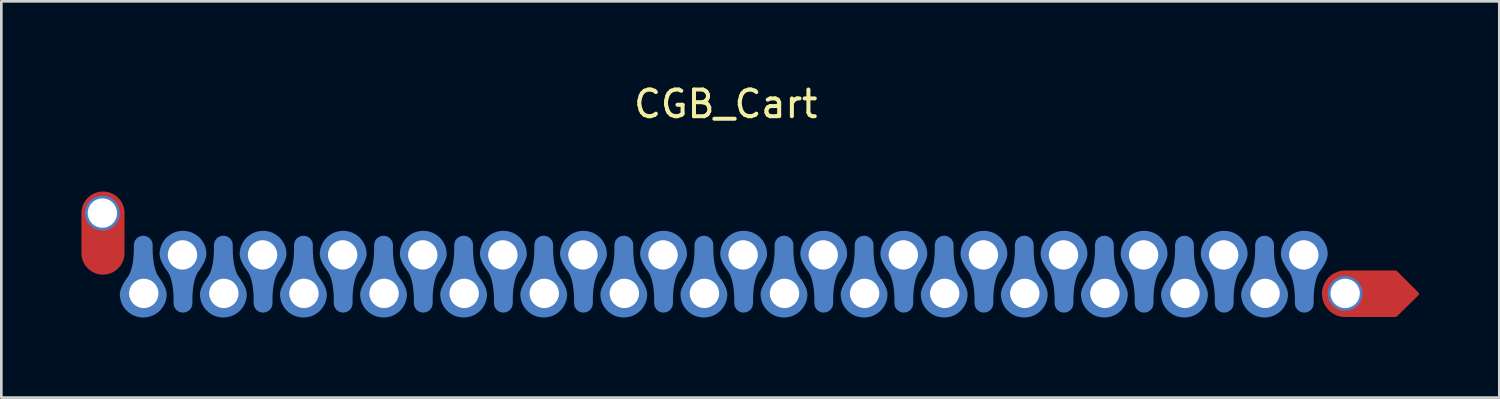
<source format=kicad_pcb>
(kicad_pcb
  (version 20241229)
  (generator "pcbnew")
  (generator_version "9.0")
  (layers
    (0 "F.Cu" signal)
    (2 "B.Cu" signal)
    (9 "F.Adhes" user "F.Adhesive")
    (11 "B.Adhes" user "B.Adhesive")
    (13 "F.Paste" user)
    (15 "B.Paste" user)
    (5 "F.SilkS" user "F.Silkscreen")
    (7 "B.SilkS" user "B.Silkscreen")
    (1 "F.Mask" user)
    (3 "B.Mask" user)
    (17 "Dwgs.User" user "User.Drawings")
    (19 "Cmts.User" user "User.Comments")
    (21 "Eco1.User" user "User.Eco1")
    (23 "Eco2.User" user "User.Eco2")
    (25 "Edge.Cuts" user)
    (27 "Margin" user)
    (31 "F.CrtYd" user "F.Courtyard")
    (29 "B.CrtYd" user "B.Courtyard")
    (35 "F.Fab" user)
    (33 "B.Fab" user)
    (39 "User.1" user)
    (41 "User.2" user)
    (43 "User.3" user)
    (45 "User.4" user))
  (footprint "CGB_Cart"
    (layer "F.Cu")
    (at 24.135 3.848)
    (property "Reference" "CGB_Cart" (at 0 -3 0) (unlocked yes) (layer "F.SilkS") (effects (font (size 1 1) (thickness 0.15))))
    (attr smd)
    (pad "1" thru_hole circle (at 23.2 4.092 180) (size 1.3 1.3) (drill 1.1) (layers "*.Cu" "*.Mask"))
    (pad "1" smd custom (at 23.2 4.092 180) (size 1.3 1.3) (layers "F.Cu" "F.Mask" "F.Paste") (options (anchor circle)) (primitives (gr_poly (pts (xy -1.891 0.8) (arc (start -0.002337 0.799354) (mid 0.809154 -0.012137) (end -0.002337 -0.823628)) (xy -1.891 -0.823) (xy -2.712 -0.02)) (width 0.12) (fill yes))))
    (pad "2" thru_hole circle (at 21.65 2.65) (size 1.3 1.3) (drill 1.1) (layers "*.Cu" "*.Mask"))
    (pad "2" smd custom (at 21.65 2.65) (size 1.3 1.3) (layers "B.Cu") (options (anchor circle)) (primitives (gr_poly (pts (xy 0.021 2.101) (xy 0.017 2.101) (xy -0.013 2.1) (xy -0.11 2.073) (xy -0.2 2.006) (xy -0.258 1.911) (xy -0.274 1.811) (xy -0.273 1.648) (xy -0.277 1.498) (xy -0.286 1.362) (xy -0.3 1.239) (xy -0.316 1.128) (xy -0.335 1.029) (xy -0.367 0.902) (xy -0.4 0.8) (xy -0.442 0.699) (xy -0.499 0.601) (xy -0.506 0.592) (xy -0.568 0.506) (xy -0.635 0.404) (xy -0.691 0.307) (xy -0.741 0.203) (xy -0.779 0.098) (xy -0.799 -0.027) (xy -0.795 -0.11) (xy -0.773 -0.231) (xy -0.735 -0.345) (xy -0.681 -0.45) (xy -0.613 -0.546) (xy -0.532 -0.631) (xy -0.439 -0.703) (xy -0.337 -0.762) (xy -0.226 -0.806) (xy -0.108 -0.833) (xy 0.017 -0.843) (xy 0.021 -0.843) (xy 0.105 -0.838) (xy 0.225 -0.817) (xy 0.339 -0.779) (xy 0.444 -0.725) (xy 0.54 -0.656) (xy 0.625 -0.575) (xy 0.698 -0.483) (xy 0.757 -0.381) (xy 0.8 -0.27) (xy 0.828 -0.151) (xy 0.837 -0.027) (xy 0.836 -0.003) (xy 0.817 0.098) (xy 0.779 0.203) (xy 0.729 0.307) (xy 0.673 0.404) (xy 0.606 0.506) (xy 0.537 0.601) (xy 0.531 0.609) (xy 0.48 0.699) (xy 0.438 0.8) (xy 0.405 0.902) (xy 0.373 1.029) (xy 0.354 1.128) (xy 0.338 1.239) (xy 0.324 1.362) (xy 0.315 1.498) (xy 0.311 1.648) (xy 0.312 1.811) (xy 0.312 1.826) (xy 0.285 1.937) (xy 0.218 2.026) (xy 0.122 2.084)) (width 0.12) (fill yes))))
    (pad "3" thru_hole circle (at 20.2 4.092 180) (size 1.3 1.3) (drill 1.1) (layers "*.Cu" "*.Mask"))
    (pad "3" smd custom (at 20.2 4.092 180) (size 1.3 1.3) (layers "B.Cu") (options (anchor circle)) (primitives (gr_poly (pts (xy 0.021 2.101) (xy 0.017 2.101) (xy -0.013 2.1) (xy -0.11 2.073) (xy -0.2 2.006) (xy -0.258 1.911) (xy -0.274 1.811) (xy -0.273 1.648) (xy -0.277 1.498) (xy -0.286 1.362) (xy -0.3 1.239) (xy -0.316 1.128) (xy -0.335 1.029) (xy -0.367 0.902) (xy -0.4 0.8) (xy -0.442 0.699) (xy -0.499 0.601) (xy -0.506 0.592) (xy -0.568 0.506) (xy -0.635 0.404) (xy -0.691 0.307) (xy -0.741 0.203) (xy -0.779 0.098) (xy -0.799 -0.027) (xy -0.795 -0.11) (xy -0.773 -0.231) (xy -0.735 -0.345) (xy -0.681 -0.45) (xy -0.613 -0.546) (xy -0.532 -0.631) (xy -0.439 -0.703) (xy -0.337 -0.762) (xy -0.226 -0.806) (xy -0.108 -0.833) (xy 0.017 -0.843) (xy 0.021 -0.843) (xy 0.105 -0.838) (xy 0.225 -0.817) (xy 0.339 -0.779) (xy 0.444 -0.725) (xy 0.54 -0.656) (xy 0.625 -0.575) (xy 0.698 -0.483) (xy 0.757 -0.381) (xy 0.8 -0.27) (xy 0.828 -0.151) (xy 0.837 -0.027) (xy 0.836 -0.003) (xy 0.817 0.098) (xy 0.779 0.203) (xy 0.729 0.307) (xy 0.673 0.404) (xy 0.606 0.506) (xy 0.537 0.601) (xy 0.531 0.609) (xy 0.48 0.699) (xy 0.438 0.8) (xy 0.405 0.902) (xy 0.373 1.029) (xy 0.354 1.128) (xy 0.338 1.239) (xy 0.324 1.362) (xy 0.315 1.498) (xy 0.311 1.648) (xy 0.312 1.811) (xy 0.312 1.826) (xy 0.285 1.937) (xy 0.218 2.026) (xy 0.122 2.084)) (width 0.12) (fill yes))))
    (pad "4" thru_hole circle (at 18.65 2.65) (size 1.3 1.3) (drill 1.1) (layers "*.Cu" "*.Mask"))
    (pad "4" smd custom (at 18.65 2.65) (size 1.3 1.3) (layers "B.Cu") (options (anchor circle)) (primitives (gr_poly (pts (xy 0.021 2.101) (xy 0.017 2.101) (xy -0.013 2.1) (xy -0.11 2.073) (xy -0.2 2.006) (xy -0.258 1.911) (xy -0.274 1.811) (xy -0.273 1.648) (xy -0.277 1.498) (xy -0.286 1.362) (xy -0.3 1.239) (xy -0.316 1.128) (xy -0.335 1.029) (xy -0.367 0.902) (xy -0.4 0.8) (xy -0.442 0.699) (xy -0.499 0.601) (xy -0.506 0.592) (xy -0.568 0.506) (xy -0.635 0.404) (xy -0.691 0.307) (xy -0.741 0.203) (xy -0.779 0.098) (xy -0.799 -0.027) (xy -0.795 -0.11) (xy -0.773 -0.231) (xy -0.735 -0.345) (xy -0.681 -0.45) (xy -0.613 -0.546) (xy -0.532 -0.631) (xy -0.439 -0.703) (xy -0.337 -0.762) (xy -0.226 -0.806) (xy -0.108 -0.833) (xy 0.017 -0.843) (xy 0.021 -0.843) (xy 0.105 -0.838) (xy 0.225 -0.817) (xy 0.339 -0.779) (xy 0.444 -0.725) (xy 0.54 -0.656) (xy 0.625 -0.575) (xy 0.698 -0.483) (xy 0.757 -0.381) (xy 0.8 -0.27) (xy 0.828 -0.151) (xy 0.837 -0.027) (xy 0.836 -0.003) (xy 0.817 0.098) (xy 0.779 0.203) (xy 0.729 0.307) (xy 0.673 0.404) (xy 0.606 0.506) (xy 0.537 0.601) (xy 0.531 0.609) (xy 0.48 0.699) (xy 0.438 0.8) (xy 0.405 0.902) (xy 0.373 1.029) (xy 0.354 1.128) (xy 0.338 1.239) (xy 0.324 1.362) (xy 0.315 1.498) (xy 0.311 1.648) (xy 0.312 1.811) (xy 0.312 1.826) (xy 0.285 1.937) (xy 0.218 2.026) (xy 0.122 2.084)) (width 0.12) (fill yes))))
    (pad "5" thru_hole circle (at 17.2 4.092 180) (size 1.3 1.3) (drill 1.1) (layers "*.Cu" "*.Mask"))
    (pad "5" smd custom (at 17.2 4.092 180) (size 1.3 1.3) (layers "B.Cu") (options (anchor circle)) (primitives (gr_poly (pts (xy 0.021 2.101) (xy 0.017 2.101) (xy -0.013 2.1) (xy -0.11 2.073) (xy -0.2 2.006) (xy -0.258 1.911) (xy -0.274 1.811) (xy -0.273 1.648) (xy -0.277 1.498) (xy -0.286 1.362) (xy -0.3 1.239) (xy -0.316 1.128) (xy -0.335 1.029) (xy -0.367 0.902) (xy -0.4 0.8) (xy -0.442 0.699) (xy -0.499 0.601) (xy -0.506 0.592) (xy -0.568 0.506) (xy -0.635 0.404) (xy -0.691 0.307) (xy -0.741 0.203) (xy -0.779 0.098) (xy -0.799 -0.027) (xy -0.795 -0.11) (xy -0.773 -0.231) (xy -0.735 -0.345) (xy -0.681 -0.45) (xy -0.613 -0.546) (xy -0.532 -0.631) (xy -0.439 -0.703) (xy -0.337 -0.762) (xy -0.226 -0.806) (xy -0.108 -0.833) (xy 0.017 -0.843) (xy 0.021 -0.843) (xy 0.105 -0.838) (xy 0.225 -0.817) (xy 0.339 -0.779) (xy 0.444 -0.725) (xy 0.54 -0.656) (xy 0.625 -0.575) (xy 0.698 -0.483) (xy 0.757 -0.381) (xy 0.8 -0.27) (xy 0.828 -0.151) (xy 0.837 -0.027) (xy 0.836 -0.003) (xy 0.817 0.098) (xy 0.779 0.203) (xy 0.729 0.307) (xy 0.673 0.404) (xy 0.606 0.506) (xy 0.537 0.601) (xy 0.531 0.609) (xy 0.48 0.699) (xy 0.438 0.8) (xy 0.405 0.902) (xy 0.373 1.029) (xy 0.354 1.128) (xy 0.338 1.239) (xy 0.324 1.362) (xy 0.315 1.498) (xy 0.311 1.648) (xy 0.312 1.811) (xy 0.312 1.826) (xy 0.285 1.937) (xy 0.218 2.026) (xy 0.122 2.084)) (width 0.12) (fill yes))))
    (pad "6" thru_hole circle (at 15.65 2.65) (size 1.3 1.3) (drill 1.1) (layers "*.Cu" "*.Mask"))
    (pad "6" smd custom (at 15.65 2.65) (size 1.3 1.3) (layers "B.Cu") (options (anchor circle)) (primitives (gr_poly (pts (xy 0.021 2.101) (xy 0.017 2.101) (xy -0.013 2.1) (xy -0.11 2.073) (xy -0.2 2.006) (xy -0.258 1.911) (xy -0.274 1.811) (xy -0.273 1.648) (xy -0.277 1.498) (xy -0.286 1.362) (xy -0.3 1.239) (xy -0.316 1.128) (xy -0.335 1.029) (xy -0.367 0.902) (xy -0.4 0.8) (xy -0.442 0.699) (xy -0.499 0.601) (xy -0.506 0.592) (xy -0.568 0.506) (xy -0.635 0.404) (xy -0.691 0.307) (xy -0.741 0.203) (xy -0.779 0.098) (xy -0.799 -0.027) (xy -0.795 -0.11) (xy -0.773 -0.231) (xy -0.735 -0.345) (xy -0.681 -0.45) (xy -0.613 -0.546) (xy -0.532 -0.631) (xy -0.439 -0.703) (xy -0.337 -0.762) (xy -0.226 -0.806) (xy -0.108 -0.833) (xy 0.017 -0.843) (xy 0.021 -0.843) (xy 0.105 -0.838) (xy 0.225 -0.817) (xy 0.339 -0.779) (xy 0.444 -0.725) (xy 0.54 -0.656) (xy 0.625 -0.575) (xy 0.698 -0.483) (xy 0.757 -0.381) (xy 0.8 -0.27) (xy 0.828 -0.151) (xy 0.837 -0.027) (xy 0.836 -0.003) (xy 0.817 0.098) (xy 0.779 0.203) (xy 0.729 0.307) (xy 0.673 0.404) (xy 0.606 0.506) (xy 0.537 0.601) (xy 0.531 0.609) (xy 0.48 0.699) (xy 0.438 0.8) (xy 0.405 0.902) (xy 0.373 1.029) (xy 0.354 1.128) (xy 0.338 1.239) (xy 0.324 1.362) (xy 0.315 1.498) (xy 0.311 1.648) (xy 0.312 1.811) (xy 0.312 1.826) (xy 0.285 1.937) (xy 0.218 2.026) (xy 0.122 2.084)) (width 0.12) (fill yes))))
    (pad "7" thru_hole circle (at 14.2 4.092 180) (size 1.3 1.3) (drill 1.1) (layers "*.Cu" "*.Mask"))
    (pad "7" smd custom (at 14.2 4.092 180) (size 1.3 1.3) (layers "B.Cu") (options (anchor circle)) (primitives (gr_poly (pts (xy 0.021 2.101) (xy 0.017 2.101) (xy -0.013 2.1) (xy -0.11 2.073) (xy -0.2 2.006) (xy -0.258 1.911) (xy -0.274 1.811) (xy -0.273 1.648) (xy -0.277 1.498) (xy -0.286 1.362) (xy -0.3 1.239) (xy -0.316 1.128) (xy -0.335 1.029) (xy -0.367 0.902) (xy -0.4 0.8) (xy -0.442 0.699) (xy -0.499 0.601) (xy -0.506 0.592) (xy -0.568 0.506) (xy -0.635 0.404) (xy -0.691 0.307) (xy -0.741 0.203) (xy -0.779 0.098) (xy -0.799 -0.027) (xy -0.795 -0.11) (xy -0.773 -0.231) (xy -0.735 -0.345) (xy -0.681 -0.45) (xy -0.613 -0.546) (xy -0.532 -0.631) (xy -0.439 -0.703) (xy -0.337 -0.762) (xy -0.226 -0.806) (xy -0.108 -0.833) (xy 0.017 -0.843) (xy 0.021 -0.843) (xy 0.105 -0.838) (xy 0.225 -0.817) (xy 0.339 -0.779) (xy 0.444 -0.725) (xy 0.54 -0.656) (xy 0.625 -0.575) (xy 0.698 -0.483) (xy 0.757 -0.381) (xy 0.8 -0.27) (xy 0.828 -0.151) (xy 0.837 -0.027) (xy 0.836 -0.003) (xy 0.817 0.098) (xy 0.779 0.203) (xy 0.729 0.307) (xy 0.673 0.404) (xy 0.606 0.506) (xy 0.537 0.601) (xy 0.531 0.609) (xy 0.48 0.699) (xy 0.438 0.8) (xy 0.405 0.902) (xy 0.373 1.029) (xy 0.354 1.128) (xy 0.338 1.239) (xy 0.324 1.362) (xy 0.315 1.498) (xy 0.311 1.648) (xy 0.312 1.811) (xy 0.312 1.826) (xy 0.285 1.937) (xy 0.218 2.026) (xy 0.122 2.084)) (width 0.12) (fill yes))))
    (pad "8" thru_hole circle (at 12.65 2.65) (size 1.3 1.3) (drill 1.1) (layers "*.Cu" "*.Mask"))
    (pad "8" smd custom (at 12.65 2.65) (size 1.3 1.3) (layers "B.Cu") (options (anchor circle)) (primitives (gr_poly (pts (xy 0.021 2.101) (xy 0.017 2.101) (xy -0.013 2.1) (xy -0.11 2.073) (xy -0.2 2.006) (xy -0.258 1.911) (xy -0.274 1.811) (xy -0.273 1.648) (xy -0.277 1.498) (xy -0.286 1.362) (xy -0.3 1.239) (xy -0.316 1.128) (xy -0.335 1.029) (xy -0.367 0.902) (xy -0.4 0.8) (xy -0.442 0.699) (xy -0.499 0.601) (xy -0.506 0.592) (xy -0.568 0.506) (xy -0.635 0.404) (xy -0.691 0.307) (xy -0.741 0.203) (xy -0.779 0.098) (xy -0.799 -0.027) (xy -0.795 -0.11) (xy -0.773 -0.231) (xy -0.735 -0.345) (xy -0.681 -0.45) (xy -0.613 -0.546) (xy -0.532 -0.631) (xy -0.439 -0.703) (xy -0.337 -0.762) (xy -0.226 -0.806) (xy -0.108 -0.833) (xy 0.017 -0.843) (xy 0.021 -0.843) (xy 0.105 -0.838) (xy 0.225 -0.817) (xy 0.339 -0.779) (xy 0.444 -0.725) (xy 0.54 -0.656) (xy 0.625 -0.575) (xy 0.698 -0.483) (xy 0.757 -0.381) (xy 0.8 -0.27) (xy 0.828 -0.151) (xy 0.837 -0.027) (xy 0.836 -0.003) (xy 0.817 0.098) (xy 0.779 0.203) (xy 0.729 0.307) (xy 0.673 0.404) (xy 0.606 0.506) (xy 0.537 0.601) (xy 0.531 0.609) (xy 0.48 0.699) (xy 0.438 0.8) (xy 0.405 0.902) (xy 0.373 1.029) (xy 0.354 1.128) (xy 0.338 1.239) (xy 0.324 1.362) (xy 0.315 1.498) (xy 0.311 1.648) (xy 0.312 1.811) (xy 0.312 1.826) (xy 0.285 1.937) (xy 0.218 2.026) (xy 0.122 2.084)) (width 0.12) (fill yes))))
    (pad "9" thru_hole circle (at 11.2 4.092 180) (size 1.3 1.3) (drill 1.1) (layers "*.Cu" "*.Mask"))
    (pad "9" smd custom (at 11.2 4.092 180) (size 1.3 1.3) (layers "B.Cu") (options (anchor circle)) (primitives (gr_poly (pts (xy 0.021 2.101) (xy 0.017 2.101) (xy -0.013 2.1) (xy -0.11 2.073) (xy -0.2 2.006) (xy -0.258 1.911) (xy -0.274 1.811) (xy -0.273 1.648) (xy -0.277 1.498) (xy -0.286 1.362) (xy -0.3 1.239) (xy -0.316 1.128) (xy -0.335 1.029) (xy -0.367 0.902) (xy -0.4 0.8) (xy -0.442 0.699) (xy -0.499 0.601) (xy -0.506 0.592) (xy -0.568 0.506) (xy -0.635 0.404) (xy -0.691 0.307) (xy -0.741 0.203) (xy -0.779 0.098) (xy -0.799 -0.027) (xy -0.795 -0.11) (xy -0.773 -0.231) (xy -0.735 -0.345) (xy -0.681 -0.45) (xy -0.613 -0.546) (xy -0.532 -0.631) (xy -0.439 -0.703) (xy -0.337 -0.762) (xy -0.226 -0.806) (xy -0.108 -0.833) (xy 0.017 -0.843) (xy 0.021 -0.843) (xy 0.105 -0.838) (xy 0.225 -0.817) (xy 0.339 -0.779) (xy 0.444 -0.725) (xy 0.54 -0.656) (xy 0.625 -0.575) (xy 0.698 -0.483) (xy 0.757 -0.381) (xy 0.8 -0.27) (xy 0.828 -0.151) (xy 0.837 -0.027) (xy 0.836 -0.003) (xy 0.817 0.098) (xy 0.779 0.203) (xy 0.729 0.307) (xy 0.673 0.404) (xy 0.606 0.506) (xy 0.537 0.601) (xy 0.531 0.609) (xy 0.48 0.699) (xy 0.438 0.8) (xy 0.405 0.902) (xy 0.373 1.029) (xy 0.354 1.128) (xy 0.338 1.239) (xy 0.324 1.362) (xy 0.315 1.498) (xy 0.311 1.648) (xy 0.312 1.811) (xy 0.312 1.826) (xy 0.285 1.937) (xy 0.218 2.026) (xy 0.122 2.084)) (width 0.12) (fill yes))))
    (pad "10" thru_hole circle (at 9.65 2.65) (size 1.3 1.3) (drill 1.1) (layers "*.Cu" "*.Mask"))
    (pad "10" smd custom (at 9.65 2.65) (size 1.3 1.3) (layers "B.Cu") (options (anchor circle)) (primitives (gr_poly (pts (xy 0.021 2.101) (xy 0.017 2.101) (xy -0.013 2.1) (xy -0.11 2.073) (xy -0.2 2.006) (xy -0.258 1.911) (xy -0.274 1.811) (xy -0.273 1.648) (xy -0.277 1.498) (xy -0.286 1.362) (xy -0.3 1.239) (xy -0.316 1.128) (xy -0.335 1.029) (xy -0.367 0.902) (xy -0.4 0.8) (xy -0.442 0.699) (xy -0.499 0.601) (xy -0.506 0.592) (xy -0.568 0.506) (xy -0.635 0.404) (xy -0.691 0.307) (xy -0.741 0.203) (xy -0.779 0.098) (xy -0.799 -0.027) (xy -0.795 -0.11) (xy -0.773 -0.231) (xy -0.735 -0.345) (xy -0.681 -0.45) (xy -0.613 -0.546) (xy -0.532 -0.631) (xy -0.439 -0.703) (xy -0.337 -0.762) (xy -0.226 -0.806) (xy -0.108 -0.833) (xy 0.017 -0.843) (xy 0.021 -0.843) (xy 0.105 -0.838) (xy 0.225 -0.817) (xy 0.339 -0.779) (xy 0.444 -0.725) (xy 0.54 -0.656) (xy 0.625 -0.575) (xy 0.698 -0.483) (xy 0.757 -0.381) (xy 0.8 -0.27) (xy 0.828 -0.151) (xy 0.837 -0.027) (xy 0.836 -0.003) (xy 0.817 0.098) (xy 0.779 0.203) (xy 0.729 0.307) (xy 0.673 0.404) (xy 0.606 0.506) (xy 0.537 0.601) (xy 0.531 0.609) (xy 0.48 0.699) (xy 0.438 0.8) (xy 0.405 0.902) (xy 0.373 1.029) (xy 0.354 1.128) (xy 0.338 1.239) (xy 0.324 1.362) (xy 0.315 1.498) (xy 0.311 1.648) (xy 0.312 1.811) (xy 0.312 1.826) (xy 0.285 1.937) (xy 0.218 2.026) (xy 0.122 2.084)) (width 0.12) (fill yes))))
    (pad "11" thru_hole circle (at 8.2 4.092 180) (size 1.3 1.3) (drill 1.1) (layers "*.Cu" "*.Mask"))
    (pad "11" smd custom (at 8.2 4.092 180) (size 1.3 1.3) (layers "B.Cu") (options (anchor circle)) (primitives (gr_poly (pts (xy 0.021 2.101) (xy 0.017 2.101) (xy -0.013 2.1) (xy -0.11 2.073) (xy -0.2 2.006) (xy -0.258 1.911) (xy -0.274 1.811) (xy -0.273 1.648) (xy -0.277 1.498) (xy -0.286 1.362) (xy -0.3 1.239) (xy -0.316 1.128) (xy -0.335 1.029) (xy -0.367 0.902) (xy -0.4 0.8) (xy -0.442 0.699) (xy -0.499 0.601) (xy -0.506 0.592) (xy -0.568 0.506) (xy -0.635 0.404) (xy -0.691 0.307) (xy -0.741 0.203) (xy -0.779 0.098) (xy -0.799 -0.027) (xy -0.795 -0.11) (xy -0.773 -0.231) (xy -0.735 -0.345) (xy -0.681 -0.45) (xy -0.613 -0.546) (xy -0.532 -0.631) (xy -0.439 -0.703) (xy -0.337 -0.762) (xy -0.226 -0.806) (xy -0.108 -0.833) (xy 0.017 -0.843) (xy 0.021 -0.843) (xy 0.105 -0.838) (xy 0.225 -0.817) (xy 0.339 -0.779) (xy 0.444 -0.725) (xy 0.54 -0.656) (xy 0.625 -0.575) (xy 0.698 -0.483) (xy 0.757 -0.381) (xy 0.8 -0.27) (xy 0.828 -0.151) (xy 0.837 -0.027) (xy 0.836 -0.003) (xy 0.817 0.098) (xy 0.779 0.203) (xy 0.729 0.307) (xy 0.673 0.404) (xy 0.606 0.506) (xy 0.537 0.601) (xy 0.531 0.609) (xy 0.48 0.699) (xy 0.438 0.8) (xy 0.405 0.902) (xy 0.373 1.029) (xy 0.354 1.128) (xy 0.338 1.239) (xy 0.324 1.362) (xy 0.315 1.498) (xy 0.311 1.648) (xy 0.312 1.811) (xy 0.312 1.826) (xy 0.285 1.937) (xy 0.218 2.026) (xy 0.122 2.084)) (width 0.12) (fill yes))))
    (pad "12" thru_hole circle (at 6.65 2.65) (size 1.3 1.3) (drill 1.1) (layers "*.Cu" "*.Mask"))
    (pad "12" smd custom (at 6.65 2.65) (size 1.3 1.3) (layers "B.Cu") (options (anchor circle)) (primitives (gr_poly (pts (xy 0.021 2.101) (xy 0.017 2.101) (xy -0.013 2.1) (xy -0.11 2.073) (xy -0.2 2.006) (xy -0.258 1.911) (xy -0.274 1.811) (xy -0.273 1.648) (xy -0.277 1.498) (xy -0.286 1.362) (xy -0.3 1.239) (xy -0.316 1.128) (xy -0.335 1.029) (xy -0.367 0.902) (xy -0.4 0.8) (xy -0.442 0.699) (xy -0.499 0.601) (xy -0.506 0.592) (xy -0.568 0.506) (xy -0.635 0.404) (xy -0.691 0.307) (xy -0.741 0.203) (xy -0.779 0.098) (xy -0.799 -0.027) (xy -0.795 -0.11) (xy -0.773 -0.231) (xy -0.735 -0.345) (xy -0.681 -0.45) (xy -0.613 -0.546) (xy -0.532 -0.631) (xy -0.439 -0.703) (xy -0.337 -0.762) (xy -0.226 -0.806) (xy -0.108 -0.833) (xy 0.017 -0.843) (xy 0.021 -0.843) (xy 0.105 -0.838) (xy 0.225 -0.817) (xy 0.339 -0.779) (xy 0.444 -0.725) (xy 0.54 -0.656) (xy 0.625 -0.575) (xy 0.698 -0.483) (xy 0.757 -0.381) (xy 0.8 -0.27) (xy 0.828 -0.151) (xy 0.837 -0.027) (xy 0.836 -0.003) (xy 0.817 0.098) (xy 0.779 0.203) (xy 0.729 0.307) (xy 0.673 0.404) (xy 0.606 0.506) (xy 0.537 0.601) (xy 0.531 0.609) (xy 0.48 0.699) (xy 0.438 0.8) (xy 0.405 0.902) (xy 0.373 1.029) (xy 0.354 1.128) (xy 0.338 1.239) (xy 0.324 1.362) (xy 0.315 1.498) (xy 0.311 1.648) (xy 0.312 1.811) (xy 0.312 1.826) (xy 0.285 1.937) (xy 0.218 2.026) (xy 0.122 2.084)) (width 0.12) (fill yes))))
    (pad "13" thru_hole circle (at 5.2 4.092 180) (size 1.3 1.3) (drill 1.1) (layers "*.Cu" "*.Mask"))
    (pad "13" smd custom (at 5.2 4.092 180) (size 1.3 1.3) (layers "B.Cu") (options (anchor circle)) (primitives (gr_poly (pts (xy 0.021 2.101) (xy 0.017 2.101) (xy -0.013 2.1) (xy -0.11 2.073) (xy -0.2 2.006) (xy -0.258 1.911) (xy -0.274 1.811) (xy -0.273 1.648) (xy -0.277 1.498) (xy -0.286 1.362) (xy -0.3 1.239) (xy -0.316 1.128) (xy -0.335 1.029) (xy -0.367 0.902) (xy -0.4 0.8) (xy -0.442 0.699) (xy -0.499 0.601) (xy -0.506 0.592) (xy -0.568 0.506) (xy -0.635 0.404) (xy -0.691 0.307) (xy -0.741 0.203) (xy -0.779 0.098) (xy -0.799 -0.027) (xy -0.795 -0.11) (xy -0.773 -0.231) (xy -0.735 -0.345) (xy -0.681 -0.45) (xy -0.613 -0.546) (xy -0.532 -0.631) (xy -0.439 -0.703) (xy -0.337 -0.762) (xy -0.226 -0.806) (xy -0.108 -0.833) (xy 0.017 -0.843) (xy 0.021 -0.843) (xy 0.105 -0.838) (xy 0.225 -0.817) (xy 0.339 -0.779) (xy 0.444 -0.725) (xy 0.54 -0.656) (xy 0.625 -0.575) (xy 0.698 -0.483) (xy 0.757 -0.381) (xy 0.8 -0.27) (xy 0.828 -0.151) (xy 0.837 -0.027) (xy 0.836 -0.003) (xy 0.817 0.098) (xy 0.779 0.203) (xy 0.729 0.307) (xy 0.673 0.404) (xy 0.606 0.506) (xy 0.537 0.601) (xy 0.531 0.609) (xy 0.48 0.699) (xy 0.438 0.8) (xy 0.405 0.902) (xy 0.373 1.029) (xy 0.354 1.128) (xy 0.338 1.239) (xy 0.324 1.362) (xy 0.315 1.498) (xy 0.311 1.648) (xy 0.312 1.811) (xy 0.312 1.826) (xy 0.285 1.937) (xy 0.218 2.026) (xy 0.122 2.084)) (width 0.12) (fill yes))))
    (pad "14" thru_hole circle (at 3.65 2.65) (size 1.3 1.3) (drill 1.1) (layers "*.Cu" "*.Mask"))
    (pad "14" smd custom (at 3.65 2.65) (size 1.3 1.3) (layers "B.Cu") (options (anchor circle)) (primitives (gr_poly (pts (xy 0.021 2.101) (xy 0.017 2.101) (xy -0.013 2.1) (xy -0.11 2.073) (xy -0.2 2.006) (xy -0.258 1.911) (xy -0.274 1.811) (xy -0.273 1.648) (xy -0.277 1.498) (xy -0.286 1.362) (xy -0.3 1.239) (xy -0.316 1.128) (xy -0.335 1.029) (xy -0.367 0.902) (xy -0.4 0.8) (xy -0.442 0.699) (xy -0.499 0.601) (xy -0.506 0.592) (xy -0.568 0.506) (xy -0.635 0.404) (xy -0.691 0.307) (xy -0.741 0.203) (xy -0.779 0.098) (xy -0.799 -0.027) (xy -0.795 -0.11) (xy -0.773 -0.231) (xy -0.735 -0.345) (xy -0.681 -0.45) (xy -0.613 -0.546) (xy -0.532 -0.631) (xy -0.439 -0.703) (xy -0.337 -0.762) (xy -0.226 -0.806) (xy -0.108 -0.833) (xy 0.017 -0.843) (xy 0.021 -0.843) (xy 0.105 -0.838) (xy 0.225 -0.817) (xy 0.339 -0.779) (xy 0.444 -0.725) (xy 0.54 -0.656) (xy 0.625 -0.575) (xy 0.698 -0.483) (xy 0.757 -0.381) (xy 0.8 -0.27) (xy 0.828 -0.151) (xy 0.837 -0.027) (xy 0.836 -0.003) (xy 0.817 0.098) (xy 0.779 0.203) (xy 0.729 0.307) (xy 0.673 0.404) (xy 0.606 0.506) (xy 0.537 0.601) (xy 0.531 0.609) (xy 0.48 0.699) (xy 0.438 0.8) (xy 0.405 0.902) (xy 0.373 1.029) (xy 0.354 1.128) (xy 0.338 1.239) (xy 0.324 1.362) (xy 0.315 1.498) (xy 0.311 1.648) (xy 0.312 1.811) (xy 0.312 1.826) (xy 0.285 1.937) (xy 0.218 2.026) (xy 0.122 2.084)) (width 0.12) (fill yes))))
    (pad "15" thru_hole circle (at 2.2 4.092 180) (size 1.3 1.3) (drill 1.1) (layers "*.Cu" "*.Mask"))
    (pad "15" smd custom (at 2.2 4.092 180) (size 1.3 1.3) (layers "B.Cu") (options (anchor circle)) (primitives (gr_poly (pts (xy 0.021 2.101) (xy 0.017 2.101) (xy -0.013 2.1) (xy -0.11 2.073) (xy -0.2 2.006) (xy -0.258 1.911) (xy -0.274 1.811) (xy -0.273 1.648) (xy -0.277 1.498) (xy -0.286 1.362) (xy -0.3 1.239) (xy -0.316 1.128) (xy -0.335 1.029) (xy -0.367 0.902) (xy -0.4 0.8) (xy -0.442 0.699) (xy -0.499 0.601) (xy -0.506 0.592) (xy -0.568 0.506) (xy -0.635 0.404) (xy -0.691 0.307) (xy -0.741 0.203) (xy -0.779 0.098) (xy -0.799 -0.027) (xy -0.795 -0.11) (xy -0.773 -0.231) (xy -0.735 -0.345) (xy -0.681 -0.45) (xy -0.613 -0.546) (xy -0.532 -0.631) (xy -0.439 -0.703) (xy -0.337 -0.762) (xy -0.226 -0.806) (xy -0.108 -0.833) (xy 0.017 -0.843) (xy 0.021 -0.843) (xy 0.105 -0.838) (xy 0.225 -0.817) (xy 0.339 -0.779) (xy 0.444 -0.725) (xy 0.54 -0.656) (xy 0.625 -0.575) (xy 0.698 -0.483) (xy 0.757 -0.381) (xy 0.8 -0.27) (xy 0.828 -0.151) (xy 0.837 -0.027) (xy 0.836 -0.003) (xy 0.817 0.098) (xy 0.779 0.203) (xy 0.729 0.307) (xy 0.673 0.404) (xy 0.606 0.506) (xy 0.537 0.601) (xy 0.531 0.609) (xy 0.48 0.699) (xy 0.438 0.8) (xy 0.405 0.902) (xy 0.373 1.029) (xy 0.354 1.128) (xy 0.338 1.239) (xy 0.324 1.362) (xy 0.315 1.498) (xy 0.311 1.648) (xy 0.312 1.811) (xy 0.312 1.826) (xy 0.285 1.937) (xy 0.218 2.026) (xy 0.122 2.084)) (width 0.12) (fill yes))))
    (pad "16" thru_hole circle (at 0.65 2.65) (size 1.3 1.3) (drill 1.1) (layers "*.Cu" "*.Mask"))
    (pad "16" smd custom (at 0.65 2.65) (size 1.3 1.3) (layers "B.Cu") (options (anchor circle)) (primitives (gr_poly (pts (xy 0.021 2.101) (xy 0.017 2.101) (xy -0.013 2.1) (xy -0.11 2.073) (xy -0.2 2.006) (xy -0.258 1.911) (xy -0.274 1.811) (xy -0.273 1.648) (xy -0.277 1.498) (xy -0.286 1.362) (xy -0.3 1.239) (xy -0.316 1.128) (xy -0.335 1.029) (xy -0.367 0.902) (xy -0.4 0.8) (xy -0.442 0.699) (xy -0.499 0.601) (xy -0.506 0.592) (xy -0.568 0.506) (xy -0.635 0.404) (xy -0.691 0.307) (xy -0.741 0.203) (xy -0.779 0.098) (xy -0.799 -0.027) (xy -0.795 -0.11) (xy -0.773 -0.231) (xy -0.735 -0.345) (xy -0.681 -0.45) (xy -0.613 -0.546) (xy -0.532 -0.631) (xy -0.439 -0.703) (xy -0.337 -0.762) (xy -0.226 -0.806) (xy -0.108 -0.833) (xy 0.017 -0.843) (xy 0.021 -0.843) (xy 0.105 -0.838) (xy 0.225 -0.817) (xy 0.339 -0.779) (xy 0.444 -0.725) (xy 0.54 -0.656) (xy 0.625 -0.575) (xy 0.698 -0.483) (xy 0.757 -0.381) (xy 0.8 -0.27) (xy 0.828 -0.151) (xy 0.837 -0.027) (xy 0.836 -0.003) (xy 0.817 0.098) (xy 0.779 0.203) (xy 0.729 0.307) (xy 0.673 0.404) (xy 0.606 0.506) (xy 0.537 0.601) (xy 0.531 0.609) (xy 0.48 0.699) (xy 0.438 0.8) (xy 0.405 0.902) (xy 0.373 1.029) (xy 0.354 1.128) (xy 0.338 1.239) (xy 0.324 1.362) (xy 0.315 1.498) (xy 0.311 1.648) (xy 0.312 1.811) (xy 0.312 1.826) (xy 0.285 1.937) (xy 0.218 2.026) (xy 0.122 2.084)) (width 0.12) (fill yes))))
    (pad "17" thru_hole circle (at -0.8 4.092 180) (size 1.3 1.3) (drill 1.1) (layers "*.Cu" "*.Mask"))
    (pad "17" smd custom (at -0.8 4.092 180) (size 1.3 1.3) (layers "B.Cu") (options (anchor circle)) (primitives (gr_poly (pts (xy 0.021 2.101) (xy 0.017 2.101) (xy -0.013 2.1) (xy -0.11 2.073) (xy -0.2 2.006) (xy -0.258 1.911) (xy -0.274 1.811) (xy -0.273 1.648) (xy -0.277 1.498) (xy -0.286 1.362) (xy -0.3 1.239) (xy -0.316 1.128) (xy -0.335 1.029) (xy -0.367 0.902) (xy -0.4 0.8) (xy -0.442 0.699) (xy -0.499 0.601) (xy -0.506 0.592) (xy -0.568 0.506) (xy -0.635 0.404) (xy -0.691 0.307) (xy -0.741 0.203) (xy -0.779 0.098) (xy -0.799 -0.027) (xy -0.795 -0.11) (xy -0.773 -0.231) (xy -0.735 -0.345) (xy -0.681 -0.45) (xy -0.613 -0.546) (xy -0.532 -0.631) (xy -0.439 -0.703) (xy -0.337 -0.762) (xy -0.226 -0.806) (xy -0.108 -0.833) (xy 0.017 -0.843) (xy 0.021 -0.843) (xy 0.105 -0.838) (xy 0.225 -0.817) (xy 0.339 -0.779) (xy 0.444 -0.725) (xy 0.54 -0.656) (xy 0.625 -0.575) (xy 0.698 -0.483) (xy 0.757 -0.381) (xy 0.8 -0.27) (xy 0.828 -0.151) (xy 0.837 -0.027) (xy 0.836 -0.003) (xy 0.817 0.098) (xy 0.779 0.203) (xy 0.729 0.307) (xy 0.673 0.404) (xy 0.606 0.506) (xy 0.537 0.601) (xy 0.531 0.609) (xy 0.48 0.699) (xy 0.438 0.8) (xy 0.405 0.902) (xy 0.373 1.029) (xy 0.354 1.128) (xy 0.338 1.239) (xy 0.324 1.362) (xy 0.315 1.498) (xy 0.311 1.648) (xy 0.312 1.811) (xy 0.312 1.826) (xy 0.285 1.937) (xy 0.218 2.026) (xy 0.122 2.084)) (width 0.12) (fill yes))))
    (pad "18" thru_hole circle (at -2.35 2.65) (size 1.3 1.3) (drill 1.1) (layers "*.Cu" "*.Mask"))
    (pad "18" smd custom (at -2.35 2.65) (size 1.3 1.3) (layers "B.Cu") (options (anchor circle)) (primitives (gr_poly (pts (xy 0.021 2.101) (xy 0.017 2.101) (xy -0.013 2.1) (xy -0.11 2.073) (xy -0.2 2.006) (xy -0.258 1.911) (xy -0.274 1.811) (xy -0.273 1.648) (xy -0.277 1.498) (xy -0.286 1.362) (xy -0.3 1.239) (xy -0.316 1.128) (xy -0.335 1.029) (xy -0.367 0.902) (xy -0.4 0.8) (xy -0.442 0.699) (xy -0.499 0.601) (xy -0.506 0.592) (xy -0.568 0.506) (xy -0.635 0.404) (xy -0.691 0.307) (xy -0.741 0.203) (xy -0.779 0.098) (xy -0.799 -0.027) (xy -0.795 -0.11) (xy -0.773 -0.231) (xy -0.735 -0.345) (xy -0.681 -0.45) (xy -0.613 -0.546) (xy -0.532 -0.631) (xy -0.439 -0.703) (xy -0.337 -0.762) (xy -0.226 -0.806) (xy -0.108 -0.833) (xy 0.017 -0.843) (xy 0.021 -0.843) (xy 0.105 -0.838) (xy 0.225 -0.817) (xy 0.339 -0.779) (xy 0.444 -0.725) (xy 0.54 -0.656) (xy 0.625 -0.575) (xy 0.698 -0.483) (xy 0.757 -0.381) (xy 0.8 -0.27) (xy 0.828 -0.151) (xy 0.837 -0.027) (xy 0.836 -0.003) (xy 0.817 0.098) (xy 0.779 0.203) (xy 0.729 0.307) (xy 0.673 0.404) (xy 0.606 0.506) (xy 0.537 0.601) (xy 0.531 0.609) (xy 0.48 0.699) (xy 0.438 0.8) (xy 0.405 0.902) (xy 0.373 1.029) (xy 0.354 1.128) (xy 0.338 1.239) (xy 0.324 1.362) (xy 0.315 1.498) (xy 0.311 1.648) (xy 0.312 1.811) (xy 0.312 1.826) (xy 0.285 1.937) (xy 0.218 2.026) (xy 0.122 2.084)) (width 0.12) (fill yes))))
    (pad "19" thru_hole circle (at -3.8 4.092 180) (size 1.3 1.3) (drill 1.1) (layers "*.Cu" "*.Mask"))
    (pad "19" smd custom (at -3.8 4.092 180) (size 1.3 1.3) (layers "B.Cu") (options (anchor circle)) (primitives (gr_poly (pts (xy 0.021 2.101) (xy 0.017 2.101) (xy -0.013 2.1) (xy -0.11 2.073) (xy -0.2 2.006) (xy -0.258 1.911) (xy -0.274 1.811) (xy -0.273 1.648) (xy -0.277 1.498) (xy -0.286 1.362) (xy -0.3 1.239) (xy -0.316 1.128) (xy -0.335 1.029) (xy -0.367 0.902) (xy -0.4 0.8) (xy -0.442 0.699) (xy -0.499 0.601) (xy -0.506 0.592) (xy -0.568 0.506) (xy -0.635 0.404) (xy -0.691 0.307) (xy -0.741 0.203) (xy -0.779 0.098) (xy -0.799 -0.027) (xy -0.795 -0.11) (xy -0.773 -0.231) (xy -0.735 -0.345) (xy -0.681 -0.45) (xy -0.613 -0.546) (xy -0.532 -0.631) (xy -0.439 -0.703) (xy -0.337 -0.762) (xy -0.226 -0.806) (xy -0.108 -0.833) (xy 0.017 -0.843) (xy 0.021 -0.843) (xy 0.105 -0.838) (xy 0.225 -0.817) (xy 0.339 -0.779) (xy 0.444 -0.725) (xy 0.54 -0.656) (xy 0.625 -0.575) (xy 0.698 -0.483) (xy 0.757 -0.381) (xy 0.8 -0.27) (xy 0.828 -0.151) (xy 0.837 -0.027) (xy 0.836 -0.003) (xy 0.817 0.098) (xy 0.779 0.203) (xy 0.729 0.307) (xy 0.673 0.404) (xy 0.606 0.506) (xy 0.537 0.601) (xy 0.531 0.609) (xy 0.48 0.699) (xy 0.438 0.8) (xy 0.405 0.902) (xy 0.373 1.029) (xy 0.354 1.128) (xy 0.338 1.239) (xy 0.324 1.362) (xy 0.315 1.498) (xy 0.311 1.648) (xy 0.312 1.811) (xy 0.312 1.826) (xy 0.285 1.937) (xy 0.218 2.026) (xy 0.122 2.084)) (width 0.12) (fill yes))))
    (pad "20" thru_hole circle (at -5.35 2.65) (size 1.3 1.3) (drill 1.1) (layers "*.Cu" "*.Mask"))
    (pad "20" smd custom (at -5.35 2.65) (size 1.3 1.3) (layers "B.Cu") (options (anchor circle)) (primitives (gr_poly (pts (xy 0.021 2.101) (xy 0.017 2.101) (xy -0.013 2.1) (xy -0.11 2.073) (xy -0.2 2.006) (xy -0.258 1.911) (xy -0.274 1.811) (xy -0.273 1.648) (xy -0.277 1.498) (xy -0.286 1.362) (xy -0.3 1.239) (xy -0.316 1.128) (xy -0.335 1.029) (xy -0.367 0.902) (xy -0.4 0.8) (xy -0.442 0.699) (xy -0.499 0.601) (xy -0.506 0.592) (xy -0.568 0.506) (xy -0.635 0.404) (xy -0.691 0.307) (xy -0.741 0.203) (xy -0.779 0.098) (xy -0.799 -0.027) (xy -0.795 -0.11) (xy -0.773 -0.231) (xy -0.735 -0.345) (xy -0.681 -0.45) (xy -0.613 -0.546) (xy -0.532 -0.631) (xy -0.439 -0.703) (xy -0.337 -0.762) (xy -0.226 -0.806) (xy -0.108 -0.833) (xy 0.017 -0.843) (xy 0.021 -0.843) (xy 0.105 -0.838) (xy 0.225 -0.817) (xy 0.339 -0.779) (xy 0.444 -0.725) (xy 0.54 -0.656) (xy 0.625 -0.575) (xy 0.698 -0.483) (xy 0.757 -0.381) (xy 0.8 -0.27) (xy 0.828 -0.151) (xy 0.837 -0.027) (xy 0.836 -0.003) (xy 0.817 0.098) (xy 0.779 0.203) (xy 0.729 0.307) (xy 0.673 0.404) (xy 0.606 0.506) (xy 0.537 0.601) (xy 0.531 0.609) (xy 0.48 0.699) (xy 0.438 0.8) (xy 0.405 0.902) (xy 0.373 1.029) (xy 0.354 1.128) (xy 0.338 1.239) (xy 0.324 1.362) (xy 0.315 1.498) (xy 0.311 1.648) (xy 0.312 1.811) (xy 0.312 1.826) (xy 0.285 1.937) (xy 0.218 2.026) (xy 0.122 2.084)) (width 0.12) (fill yes))))
    (pad "21" thru_hole circle (at -6.8 4.092 180) (size 1.3 1.3) (drill 1.1) (layers "*.Cu" "*.Mask"))
    (pad "21" smd custom (at -6.8 4.092 180) (size 1.3 1.3) (layers "B.Cu") (options (anchor circle)) (primitives (gr_poly (pts (xy 0.021 2.101) (xy 0.017 2.101) (xy -0.013 2.1) (xy -0.11 2.073) (xy -0.2 2.006) (xy -0.258 1.911) (xy -0.274 1.811) (xy -0.273 1.648) (xy -0.277 1.498) (xy -0.286 1.362) (xy -0.3 1.239) (xy -0.316 1.128) (xy -0.335 1.029) (xy -0.367 0.902) (xy -0.4 0.8) (xy -0.442 0.699) (xy -0.499 0.601) (xy -0.506 0.592) (xy -0.568 0.506) (xy -0.635 0.404) (xy -0.691 0.307) (xy -0.741 0.203) (xy -0.779 0.098) (xy -0.799 -0.027) (xy -0.795 -0.11) (xy -0.773 -0.231) (xy -0.735 -0.345) (xy -0.681 -0.45) (xy -0.613 -0.546) (xy -0.532 -0.631) (xy -0.439 -0.703) (xy -0.337 -0.762) (xy -0.226 -0.806) (xy -0.108 -0.833) (xy 0.017 -0.843) (xy 0.021 -0.843) (xy 0.105 -0.838) (xy 0.225 -0.817) (xy 0.339 -0.779) (xy 0.444 -0.725) (xy 0.54 -0.656) (xy 0.625 -0.575) (xy 0.698 -0.483) (xy 0.757 -0.381) (xy 0.8 -0.27) (xy 0.828 -0.151) (xy 0.837 -0.027) (xy 0.836 -0.003) (xy 0.817 0.098) (xy 0.779 0.203) (xy 0.729 0.307) (xy 0.673 0.404) (xy 0.606 0.506) (xy 0.537 0.601) (xy 0.531 0.609) (xy 0.48 0.699) (xy 0.438 0.8) (xy 0.405 0.902) (xy 0.373 1.029) (xy 0.354 1.128) (xy 0.338 1.239) (xy 0.324 1.362) (xy 0.315 1.498) (xy 0.311 1.648) (xy 0.312 1.811) (xy 0.312 1.826) (xy 0.285 1.937) (xy 0.218 2.026) (xy 0.122 2.084)) (width 0.12) (fill yes))))
    (pad "22" thru_hole circle (at -8.35 2.65) (size 1.3 1.3) (drill 1.1) (layers "*.Cu" "*.Mask"))
    (pad "22" smd custom (at -8.35 2.65) (size 1.3 1.3) (layers "B.Cu") (options (anchor circle)) (primitives (gr_poly (pts (xy 0.021 2.101) (xy 0.017 2.101) (xy -0.013 2.1) (xy -0.11 2.073) (xy -0.2 2.006) (xy -0.258 1.911) (xy -0.274 1.811) (xy -0.273 1.648) (xy -0.277 1.498) (xy -0.286 1.362) (xy -0.3 1.239) (xy -0.316 1.128) (xy -0.335 1.029) (xy -0.367 0.902) (xy -0.4 0.8) (xy -0.442 0.699) (xy -0.499 0.601) (xy -0.506 0.592) (xy -0.568 0.506) (xy -0.635 0.404) (xy -0.691 0.307) (xy -0.741 0.203) (xy -0.779 0.098) (xy -0.799 -0.027) (xy -0.795 -0.11) (xy -0.773 -0.231) (xy -0.735 -0.345) (xy -0.681 -0.45) (xy -0.613 -0.546) (xy -0.532 -0.631) (xy -0.439 -0.703) (xy -0.337 -0.762) (xy -0.226 -0.806) (xy -0.108 -0.833) (xy 0.017 -0.843) (xy 0.021 -0.843) (xy 0.105 -0.838) (xy 0.225 -0.817) (xy 0.339 -0.779) (xy 0.444 -0.725) (xy 0.54 -0.656) (xy 0.625 -0.575) (xy 0.698 -0.483) (xy 0.757 -0.381) (xy 0.8 -0.27) (xy 0.828 -0.151) (xy 0.837 -0.027) (xy 0.836 -0.003) (xy 0.817 0.098) (xy 0.779 0.203) (xy 0.729 0.307) (xy 0.673 0.404) (xy 0.606 0.506) (xy 0.537 0.601) (xy 0.531 0.609) (xy 0.48 0.699) (xy 0.438 0.8) (xy 0.405 0.902) (xy 0.373 1.029) (xy 0.354 1.128) (xy 0.338 1.239) (xy 0.324 1.362) (xy 0.315 1.498) (xy 0.311 1.648) (xy 0.312 1.811) (xy 0.312 1.826) (xy 0.285 1.937) (xy 0.218 2.026) (xy 0.122 2.084)) (width 0.12) (fill yes))))
    (pad "23" thru_hole circle (at -9.8 4.092 180) (size 1.3 1.3) (drill 1.1) (layers "*.Cu" "*.Mask"))
    (pad "23" smd custom (at -9.8 4.092 180) (size 1.3 1.3) (layers "B.Cu") (options (anchor circle)) (primitives (gr_poly (pts (xy 0.021 2.101) (xy 0.017 2.101) (xy -0.013 2.1) (xy -0.11 2.073) (xy -0.2 2.006) (xy -0.258 1.911) (xy -0.274 1.811) (xy -0.273 1.648) (xy -0.277 1.498) (xy -0.286 1.362) (xy -0.3 1.239) (xy -0.316 1.128) (xy -0.335 1.029) (xy -0.367 0.902) (xy -0.4 0.8) (xy -0.442 0.699) (xy -0.499 0.601) (xy -0.506 0.592) (xy -0.568 0.506) (xy -0.635 0.404) (xy -0.691 0.307) (xy -0.741 0.203) (xy -0.779 0.098) (xy -0.799 -0.027) (xy -0.795 -0.11) (xy -0.773 -0.231) (xy -0.735 -0.345) (xy -0.681 -0.45) (xy -0.613 -0.546) (xy -0.532 -0.631) (xy -0.439 -0.703) (xy -0.337 -0.762) (xy -0.226 -0.806) (xy -0.108 -0.833) (xy 0.017 -0.843) (xy 0.021 -0.843) (xy 0.105 -0.838) (xy 0.225 -0.817) (xy 0.339 -0.779) (xy 0.444 -0.725) (xy 0.54 -0.656) (xy 0.625 -0.575) (xy 0.698 -0.483) (xy 0.757 -0.381) (xy 0.8 -0.27) (xy 0.828 -0.151) (xy 0.837 -0.027) (xy 0.836 -0.003) (xy 0.817 0.098) (xy 0.779 0.203) (xy 0.729 0.307) (xy 0.673 0.404) (xy 0.606 0.506) (xy 0.537 0.601) (xy 0.531 0.609) (xy 0.48 0.699) (xy 0.438 0.8) (xy 0.405 0.902) (xy 0.373 1.029) (xy 0.354 1.128) (xy 0.338 1.239) (xy 0.324 1.362) (xy 0.315 1.498) (xy 0.311 1.648) (xy 0.312 1.811) (xy 0.312 1.826) (xy 0.285 1.937) (xy 0.218 2.026) (xy 0.122 2.084)) (width 0.12) (fill yes))))
    (pad "24" thru_hole circle (at -11.35 2.65) (size 1.3 1.3) (drill 1.1) (layers "*.Cu" "*.Mask"))
    (pad "24" smd custom (at -11.35 2.65) (size 1.3 1.3) (layers "B.Cu") (options (anchor circle)) (primitives (gr_poly (pts (xy 0.021 2.101) (xy 0.017 2.101) (xy -0.013 2.1) (xy -0.11 2.073) (xy -0.2 2.006) (xy -0.258 1.911) (xy -0.274 1.811) (xy -0.273 1.648) (xy -0.277 1.498) (xy -0.286 1.362) (xy -0.3 1.239) (xy -0.316 1.128) (xy -0.335 1.029) (xy -0.367 0.902) (xy -0.4 0.8) (xy -0.442 0.699) (xy -0.499 0.601) (xy -0.506 0.592) (xy -0.568 0.506) (xy -0.635 0.404) (xy -0.691 0.307) (xy -0.741 0.203) (xy -0.779 0.098) (xy -0.799 -0.027) (xy -0.795 -0.11) (xy -0.773 -0.231) (xy -0.735 -0.345) (xy -0.681 -0.45) (xy -0.613 -0.546) (xy -0.532 -0.631) (xy -0.439 -0.703) (xy -0.337 -0.762) (xy -0.226 -0.806) (xy -0.108 -0.833) (xy 0.017 -0.843) (xy 0.021 -0.843) (xy 0.105 -0.838) (xy 0.225 -0.817) (xy 0.339 -0.779) (xy 0.444 -0.725) (xy 0.54 -0.656) (xy 0.625 -0.575) (xy 0.698 -0.483) (xy 0.757 -0.381) (xy 0.8 -0.27) (xy 0.828 -0.151) (xy 0.837 -0.027) (xy 0.836 -0.003) (xy 0.817 0.098) (xy 0.779 0.203) (xy 0.729 0.307) (xy 0.673 0.404) (xy 0.606 0.506) (xy 0.537 0.601) (xy 0.531 0.609) (xy 0.48 0.699) (xy 0.438 0.8) (xy 0.405 0.902) (xy 0.373 1.029) (xy 0.354 1.128) (xy 0.338 1.239) (xy 0.324 1.362) (xy 0.315 1.498) (xy 0.311 1.648) (xy 0.312 1.811) (xy 0.312 1.826) (xy 0.285 1.937) (xy 0.218 2.026) (xy 0.122 2.084)) (width 0.12) (fill yes))))
    (pad "25" thru_hole circle (at -12.8 4.092 180) (size 1.3 1.3) (drill 1.1) (layers "*.Cu" "*.Mask"))
    (pad "25" smd custom (at -12.8 4.092 180) (size 1.3 1.3) (layers "B.Cu") (options (anchor circle)) (primitives (gr_poly (pts (xy 0.021 2.101) (xy 0.017 2.101) (xy -0.013 2.1) (xy -0.11 2.073) (xy -0.2 2.006) (xy -0.258 1.911) (xy -0.274 1.811) (xy -0.273 1.648) (xy -0.277 1.498) (xy -0.286 1.362) (xy -0.3 1.239) (xy -0.316 1.128) (xy -0.335 1.029) (xy -0.367 0.902) (xy -0.4 0.8) (xy -0.442 0.699) (xy -0.499 0.601) (xy -0.506 0.592) (xy -0.568 0.506) (xy -0.635 0.404) (xy -0.691 0.307) (xy -0.741 0.203) (xy -0.779 0.098) (xy -0.799 -0.027) (xy -0.795 -0.11) (xy -0.773 -0.231) (xy -0.735 -0.345) (xy -0.681 -0.45) (xy -0.613 -0.546) (xy -0.532 -0.631) (xy -0.439 -0.703) (xy -0.337 -0.762) (xy -0.226 -0.806) (xy -0.108 -0.833) (xy 0.017 -0.843) (xy 0.021 -0.843) (xy 0.105 -0.838) (xy 0.225 -0.817) (xy 0.339 -0.779) (xy 0.444 -0.725) (xy 0.54 -0.656) (xy 0.625 -0.575) (xy 0.698 -0.483) (xy 0.757 -0.381) (xy 0.8 -0.27) (xy 0.828 -0.151) (xy 0.837 -0.027) (xy 0.836 -0.003) (xy 0.817 0.098) (xy 0.779 0.203) (xy 0.729 0.307) (xy 0.673 0.404) (xy 0.606 0.506) (xy 0.537 0.601) (xy 0.531 0.609) (xy 0.48 0.699) (xy 0.438 0.8) (xy 0.405 0.902) (xy 0.373 1.029) (xy 0.354 1.128) (xy 0.338 1.239) (xy 0.324 1.362) (xy 0.315 1.498) (xy 0.311 1.648) (xy 0.312 1.811) (xy 0.312 1.826) (xy 0.285 1.937) (xy 0.218 2.026) (xy 0.122 2.084)) (width 0.12) (fill yes))))
    (pad "26" thru_hole circle (at -14.35 2.65) (size 1.3 1.3) (drill 1.1) (layers "*.Cu" "*.Mask"))
    (pad "26" smd custom (at -14.35 2.65) (size 1.3 1.3) (layers "B.Cu") (options (anchor circle)) (primitives (gr_poly (pts (xy 0.021 2.101) (xy 0.017 2.101) (xy -0.013 2.1) (xy -0.11 2.073) (xy -0.2 2.006) (xy -0.258 1.911) (xy -0.274 1.811) (xy -0.273 1.648) (xy -0.277 1.498) (xy -0.286 1.362) (xy -0.3 1.239) (xy -0.316 1.128) (xy -0.335 1.029) (xy -0.367 0.902) (xy -0.4 0.8) (xy -0.442 0.699) (xy -0.499 0.601) (xy -0.506 0.592) (xy -0.568 0.506) (xy -0.635 0.404) (xy -0.691 0.307) (xy -0.741 0.203) (xy -0.779 0.098) (xy -0.799 -0.027) (xy -0.795 -0.11) (xy -0.773 -0.231) (xy -0.735 -0.345) (xy -0.681 -0.45) (xy -0.613 -0.546) (xy -0.532 -0.631) (xy -0.439 -0.703) (xy -0.337 -0.762) (xy -0.226 -0.806) (xy -0.108 -0.833) (xy 0.017 -0.843) (xy 0.021 -0.843) (xy 0.105 -0.838) (xy 0.225 -0.817) (xy 0.339 -0.779) (xy 0.444 -0.725) (xy 0.54 -0.656) (xy 0.625 -0.575) (xy 0.698 -0.483) (xy 0.757 -0.381) (xy 0.8 -0.27) (xy 0.828 -0.151) (xy 0.837 -0.027) (xy 0.836 -0.003) (xy 0.817 0.098) (xy 0.779 0.203) (xy 0.729 0.307) (xy 0.673 0.404) (xy 0.606 0.506) (xy 0.537 0.601) (xy 0.531 0.609) (xy 0.48 0.699) (xy 0.438 0.8) (xy 0.405 0.902) (xy 0.373 1.029) (xy 0.354 1.128) (xy 0.338 1.239) (xy 0.324 1.362) (xy 0.315 1.498) (xy 0.311 1.648) (xy 0.312 1.811) (xy 0.312 1.826) (xy 0.285 1.937) (xy 0.218 2.026) (xy 0.122 2.084)) (width 0.12) (fill yes))))
    (pad "27" thru_hole circle (at -15.8 4.092 180) (size 1.3 1.3) (drill 1.1) (layers "*.Cu" "*.Mask"))
    (pad "27" smd custom (at -15.8 4.092 180) (size 1.3 1.3) (layers "B.Cu") (options (anchor circle)) (primitives (gr_poly (pts (xy 0.021 2.101) (xy 0.017 2.101) (xy -0.013 2.1) (xy -0.11 2.073) (xy -0.2 2.006) (xy -0.258 1.911) (xy -0.274 1.811) (xy -0.273 1.648) (xy -0.277 1.498) (xy -0.286 1.362) (xy -0.3 1.239) (xy -0.316 1.128) (xy -0.335 1.029) (xy -0.367 0.902) (xy -0.4 0.8) (xy -0.442 0.699) (xy -0.499 0.601) (xy -0.506 0.592) (xy -0.568 0.506) (xy -0.635 0.404) (xy -0.691 0.307) (xy -0.741 0.203) (xy -0.779 0.098) (xy -0.799 -0.027) (xy -0.795 -0.11) (xy -0.773 -0.231) (xy -0.735 -0.345) (xy -0.681 -0.45) (xy -0.613 -0.546) (xy -0.532 -0.631) (xy -0.439 -0.703) (xy -0.337 -0.762) (xy -0.226 -0.806) (xy -0.108 -0.833) (xy 0.017 -0.843) (xy 0.021 -0.843) (xy 0.105 -0.838) (xy 0.225 -0.817) (xy 0.339 -0.779) (xy 0.444 -0.725) (xy 0.54 -0.656) (xy 0.625 -0.575) (xy 0.698 -0.483) (xy 0.757 -0.381) (xy 0.8 -0.27) (xy 0.828 -0.151) (xy 0.837 -0.027) (xy 0.836 -0.003) (xy 0.817 0.098) (xy 0.779 0.203) (xy 0.729 0.307) (xy 0.673 0.404) (xy 0.606 0.506) (xy 0.537 0.601) (xy 0.531 0.609) (xy 0.48 0.699) (xy 0.438 0.8) (xy 0.405 0.902) (xy 0.373 1.029) (xy 0.354 1.128) (xy 0.338 1.239) (xy 0.324 1.362) (xy 0.315 1.498) (xy 0.311 1.648) (xy 0.312 1.811) (xy 0.312 1.826) (xy 0.285 1.937) (xy 0.218 2.026) (xy 0.122 2.084)) (width 0.12) (fill yes))))
    (pad "28" thru_hole circle (at -17.35 2.65) (size 1.3 1.3) (drill 1.1) (layers "*.Cu" "*.Mask"))
    (pad "28" smd custom (at -17.35 2.65) (size 1.3 1.3) (layers "B.Cu") (options (anchor circle)) (primitives (gr_poly (pts (xy 0.021 2.101) (xy 0.017 2.101) (xy -0.013 2.1) (xy -0.11 2.073) (xy -0.2 2.006) (xy -0.258 1.911) (xy -0.274 1.811) (xy -0.273 1.648) (xy -0.277 1.498) (xy -0.286 1.362) (xy -0.3 1.239) (xy -0.316 1.128) (xy -0.335 1.029) (xy -0.367 0.902) (xy -0.4 0.8) (xy -0.442 0.699) (xy -0.499 0.601) (xy -0.506 0.592) (xy -0.568 0.506) (xy -0.635 0.404) (xy -0.691 0.307) (xy -0.741 0.203) (xy -0.779 0.098) (xy -0.799 -0.027) (xy -0.795 -0.11) (xy -0.773 -0.231) (xy -0.735 -0.345) (xy -0.681 -0.45) (xy -0.613 -0.546) (xy -0.532 -0.631) (xy -0.439 -0.703) (xy -0.337 -0.762) (xy -0.226 -0.806) (xy -0.108 -0.833) (xy 0.017 -0.843) (xy 0.021 -0.843) (xy 0.105 -0.838) (xy 0.225 -0.817) (xy 0.339 -0.779) (xy 0.444 -0.725) (xy 0.54 -0.656) (xy 0.625 -0.575) (xy 0.698 -0.483) (xy 0.757 -0.381) (xy 0.8 -0.27) (xy 0.828 -0.151) (xy 0.837 -0.027) (xy 0.836 -0.003) (xy 0.817 0.098) (xy 0.779 0.203) (xy 0.729 0.307) (xy 0.673 0.404) (xy 0.606 0.506) (xy 0.537 0.601) (xy 0.531 0.609) (xy 0.48 0.699) (xy 0.438 0.8) (xy 0.405 0.902) (xy 0.373 1.029) (xy 0.354 1.128) (xy 0.338 1.239) (xy 0.324 1.362) (xy 0.315 1.498) (xy 0.311 1.648) (xy 0.312 1.811) (xy 0.312 1.826) (xy 0.285 1.937) (xy 0.218 2.026) (xy 0.122 2.084)) (width 0.12) (fill yes))))
    (pad "29" thru_hole circle (at -18.8 4.092 180) (size 1.3 1.3) (drill 1.1) (layers "*.Cu" "*.Mask"))
    (pad "29" smd custom (at -18.8 4.092 180) (size 1.3 1.3) (layers "B.Cu") (options (anchor circle)) (primitives (gr_poly (pts (xy 0.021 2.101) (xy 0.017 2.101) (xy -0.013 2.1) (xy -0.11 2.073) (xy -0.2 2.006) (xy -0.258 1.911) (xy -0.274 1.811) (xy -0.273 1.648) (xy -0.277 1.498) (xy -0.286 1.362) (xy -0.3 1.239) (xy -0.316 1.128) (xy -0.335 1.029) (xy -0.367 0.902) (xy -0.4 0.8) (xy -0.442 0.699) (xy -0.499 0.601) (xy -0.506 0.592) (xy -0.568 0.506) (xy -0.635 0.404) (xy -0.691 0.307) (xy -0.741 0.203) (xy -0.779 0.098) (xy -0.799 -0.027) (xy -0.795 -0.11) (xy -0.773 -0.231) (xy -0.735 -0.345) (xy -0.681 -0.45) (xy -0.613 -0.546) (xy -0.532 -0.631) (xy -0.439 -0.703) (xy -0.337 -0.762) (xy -0.226 -0.806) (xy -0.108 -0.833) (xy 0.017 -0.843) (xy 0.021 -0.843) (xy 0.105 -0.838) (xy 0.225 -0.817) (xy 0.339 -0.779) (xy 0.444 -0.725) (xy 0.54 -0.656) (xy 0.625 -0.575) (xy 0.698 -0.483) (xy 0.757 -0.381) (xy 0.8 -0.27) (xy 0.828 -0.151) (xy 0.837 -0.027) (xy 0.836 -0.003) (xy 0.817 0.098) (xy 0.779 0.203) (xy 0.729 0.307) (xy 0.673 0.404) (xy 0.606 0.506) (xy 0.537 0.601) (xy 0.531 0.609) (xy 0.48 0.699) (xy 0.438 0.8) (xy 0.405 0.902) (xy 0.373 1.029) (xy 0.354 1.128) (xy 0.338 1.239) (xy 0.324 1.362) (xy 0.315 1.498) (xy 0.311 1.648) (xy 0.312 1.811) (xy 0.312 1.826) (xy 0.285 1.937) (xy 0.218 2.026) (xy 0.122 2.084)) (width 0.12) (fill yes))))
    (pad "30" thru_hole circle (at -20.35 2.65) (size 1.3 1.3) (drill 1.1) (layers "*.Cu" "*.Mask"))
    (pad "30" smd custom (at -20.35 2.65) (size 1.3 1.3) (layers "B.Cu") (options (anchor circle)) (primitives (gr_poly (pts (xy 0.021 2.101) (xy 0.017 2.101) (xy -0.013 2.1) (xy -0.11 2.073) (xy -0.2 2.006) (xy -0.258 1.911) (xy -0.274 1.811) (xy -0.273 1.648) (xy -0.277 1.498) (xy -0.286 1.362) (xy -0.3 1.239) (xy -0.316 1.128) (xy -0.335 1.029) (xy -0.367 0.902) (xy -0.4 0.8) (xy -0.442 0.699) (xy -0.499 0.601) (xy -0.506 0.592) (xy -0.568 0.506) (xy -0.635 0.404) (xy -0.691 0.307) (xy -0.741 0.203) (xy -0.779 0.098) (xy -0.799 -0.027) (xy -0.795 -0.11) (xy -0.773 -0.231) (xy -0.735 -0.345) (xy -0.681 -0.45) (xy -0.613 -0.546) (xy -0.532 -0.631) (xy -0.439 -0.703) (xy -0.337 -0.762) (xy -0.226 -0.806) (xy -0.108 -0.833) (xy 0.017 -0.843) (xy 0.021 -0.843) (xy 0.105 -0.838) (xy 0.225 -0.817) (xy 0.339 -0.779) (xy 0.444 -0.725) (xy 0.54 -0.656) (xy 0.625 -0.575) (xy 0.698 -0.483) (xy 0.757 -0.381) (xy 0.8 -0.27) (xy 0.828 -0.151) (xy 0.837 -0.027) (xy 0.836 -0.003) (xy 0.817 0.098) (xy 0.779 0.203) (xy 0.729 0.307) (xy 0.673 0.404) (xy 0.606 0.506) (xy 0.537 0.601) (xy 0.531 0.609) (xy 0.48 0.699) (xy 0.438 0.8) (xy 0.405 0.902) (xy 0.373 1.029) (xy 0.354 1.128) (xy 0.338 1.239) (xy 0.324 1.362) (xy 0.315 1.498) (xy 0.311 1.648) (xy 0.312 1.811) (xy 0.312 1.826) (xy 0.285 1.937) (xy 0.218 2.026) (xy 0.122 2.084)) (width 0.12) (fill yes))))
    (pad "31" thru_hole circle (at -21.8 4.092 180) (size 1.3 1.3) (drill 1.1) (layers "*.Cu" "*.Mask"))
    (pad "31" smd custom (at -21.8 4.092 180) (size 1.3 1.3) (layers "B.Cu") (options (anchor circle)) (primitives (gr_poly (pts (xy 0.021 2.101) (xy 0.017 2.101) (xy -0.013 2.1) (xy -0.11 2.073) (xy -0.2 2.006) (xy -0.258 1.911) (xy -0.274 1.811) (xy -0.273 1.648) (xy -0.277 1.498) (xy -0.286 1.362) (xy -0.3 1.239) (xy -0.316 1.128) (xy -0.335 1.029) (xy -0.367 0.902) (xy -0.4 0.8) (xy -0.442 0.699) (xy -0.499 0.601) (xy -0.506 0.592) (xy -0.568 0.506) (xy -0.635 0.404) (xy -0.691 0.307) (xy -0.741 0.203) (xy -0.779 0.098) (xy -0.799 -0.027) (xy -0.795 -0.11) (xy -0.773 -0.231) (xy -0.735 -0.345) (xy -0.681 -0.45) (xy -0.613 -0.546) (xy -0.532 -0.631) (xy -0.439 -0.703) (xy -0.337 -0.762) (xy -0.226 -0.806) (xy -0.108 -0.833) (xy 0.017 -0.843) (xy 0.021 -0.843) (xy 0.105 -0.838) (xy 0.225 -0.817) (xy 0.339 -0.779) (xy 0.444 -0.725) (xy 0.54 -0.656) (xy 0.625 -0.575) (xy 0.698 -0.483) (xy 0.757 -0.381) (xy 0.8 -0.27) (xy 0.828 -0.151) (xy 0.837 -0.027) (xy 0.836 -0.003) (xy 0.817 0.098) (xy 0.779 0.203) (xy 0.729 0.307) (xy 0.673 0.404) (xy 0.606 0.506) (xy 0.537 0.601) (xy 0.531 0.609) (xy 0.48 0.699) (xy 0.438 0.8) (xy 0.405 0.902) (xy 0.373 1.029) (xy 0.354 1.128) (xy 0.338 1.239) (xy 0.324 1.362) (xy 0.315 1.498) (xy 0.311 1.648) (xy 0.312 1.811) (xy 0.312 1.826) (xy 0.285 1.937) (xy 0.218 2.026) (xy 0.122 2.084)) (width 0.12) (fill yes))))
    (pad "32" thru_hole circle (at -23.35 1.083) (size 1.3 1.3) (drill 1.1) (layers "*.Cu" "*.Mask"))
    (pad "32" smd custom (at -23.35 1.083) (size 1.3 1.3) (layers "F.Cu" "F.Mask" "F.Paste") (options (anchor circle)) (primitives (gr_poly (pts (arc (start -0.725 1.497452) (mid 0.022452 2.244906) (end 0.769906 1.497453)) (arc (start 0.769906 0.000001) (mid 0.022454 -0.747453) (end -0.725 0))) (width 0.12) (fill yes)))))
  (gr_rect
    (start -3 -3)
    (end 53.108 11.843)
    (stroke (width 0.1) (type default))
    (fill no)
    (layer "Edge.Cuts")))
</source>
